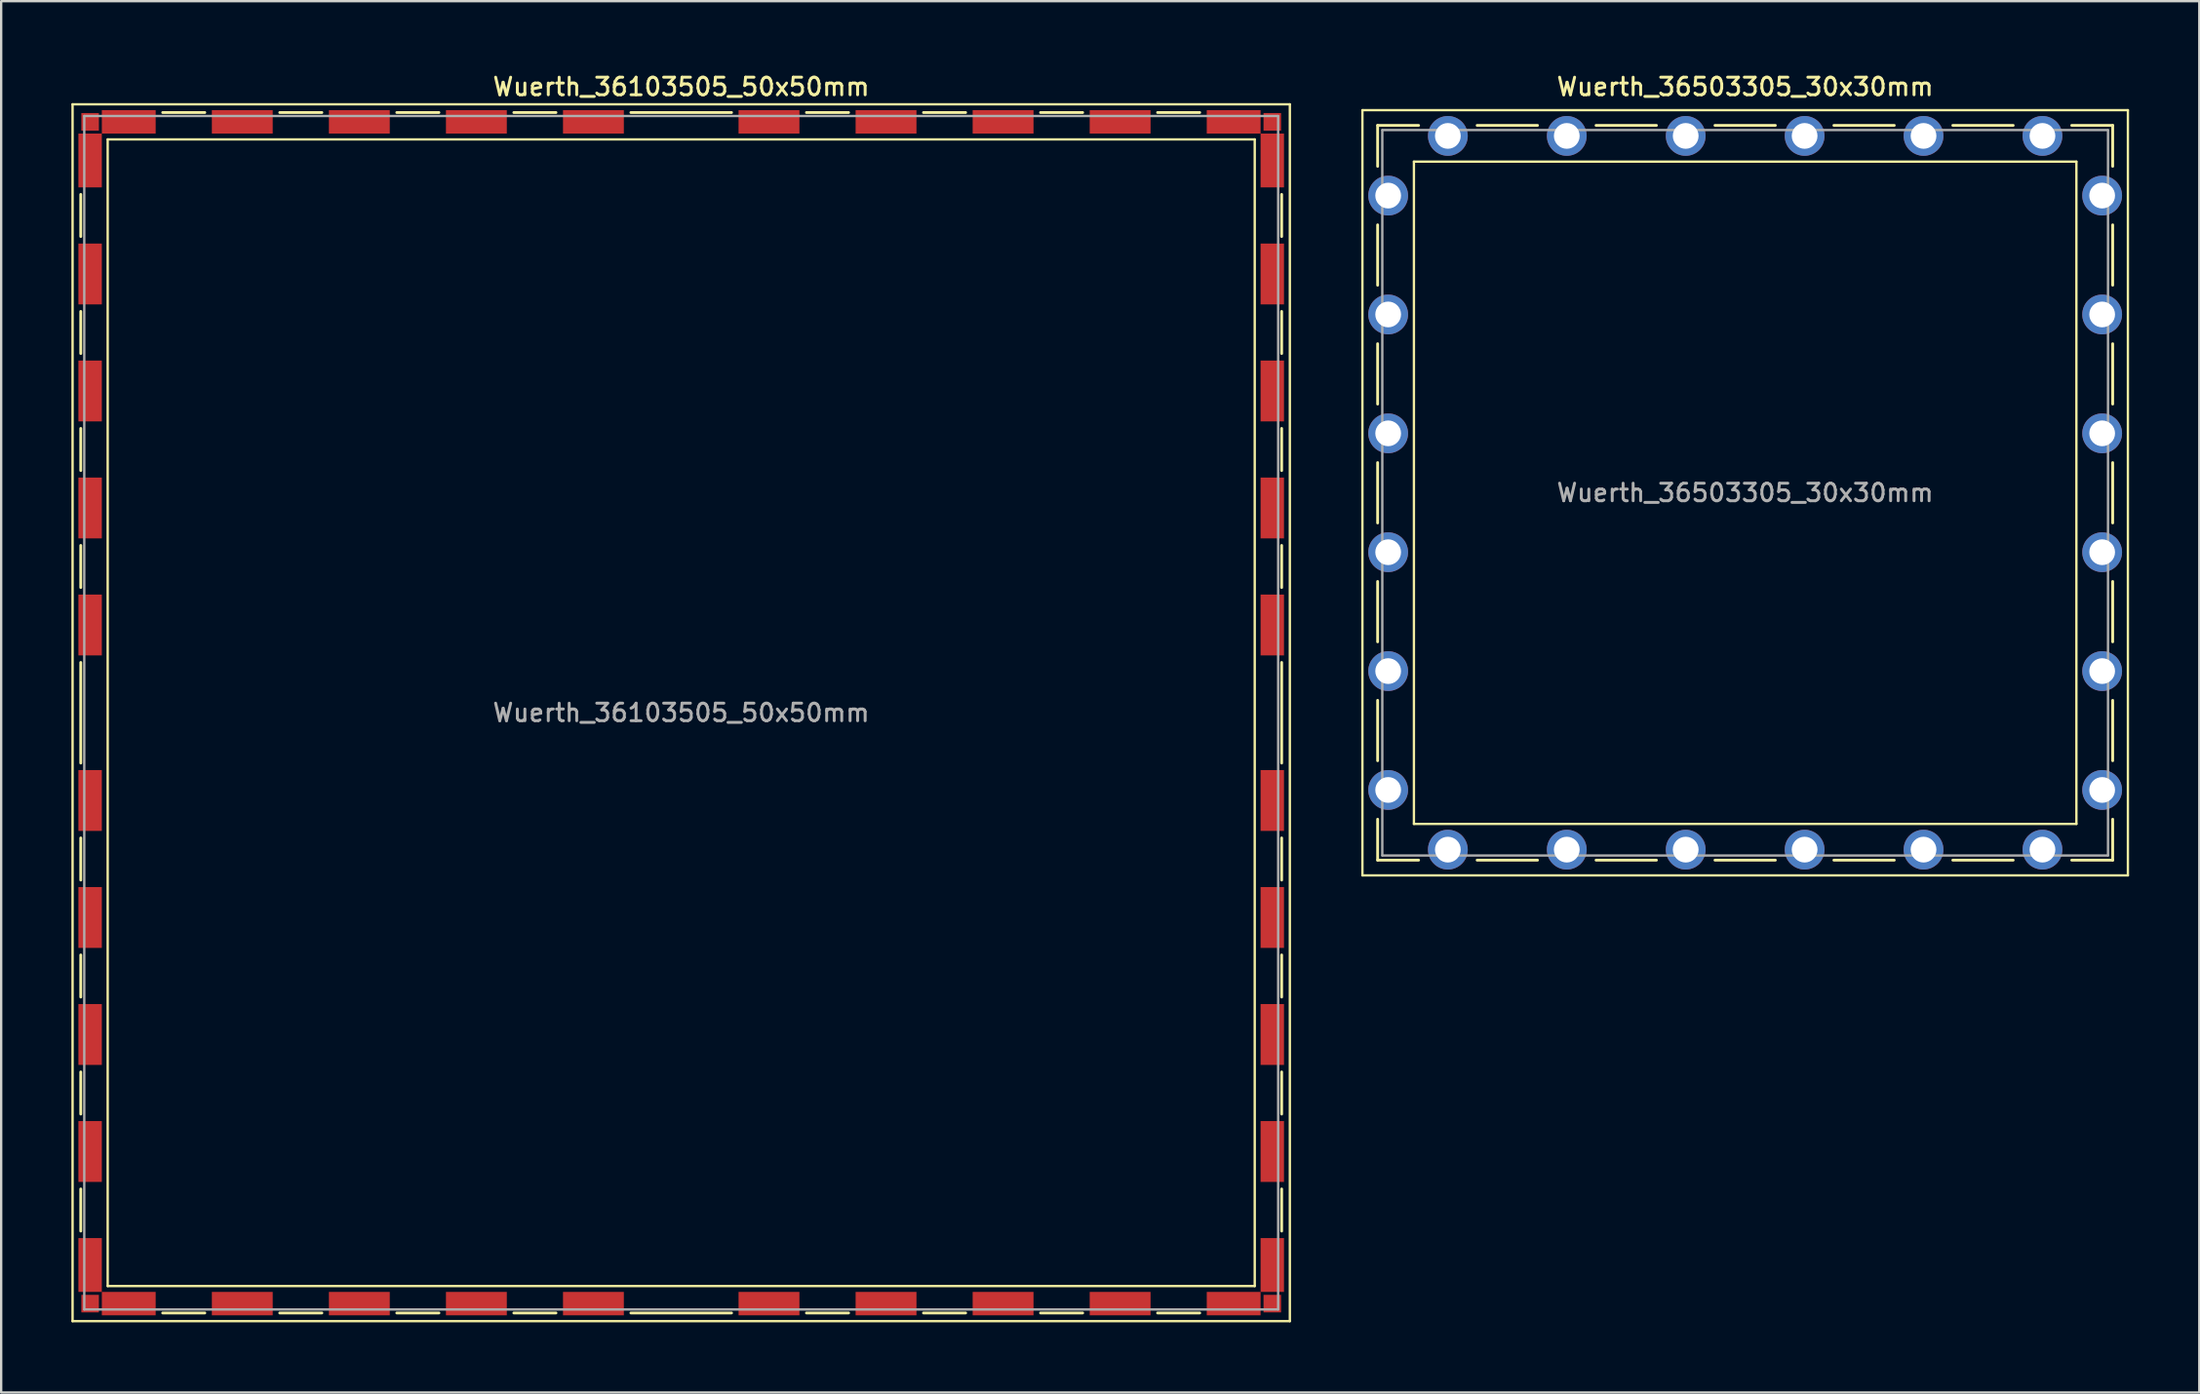
<source format=kicad_pcb>
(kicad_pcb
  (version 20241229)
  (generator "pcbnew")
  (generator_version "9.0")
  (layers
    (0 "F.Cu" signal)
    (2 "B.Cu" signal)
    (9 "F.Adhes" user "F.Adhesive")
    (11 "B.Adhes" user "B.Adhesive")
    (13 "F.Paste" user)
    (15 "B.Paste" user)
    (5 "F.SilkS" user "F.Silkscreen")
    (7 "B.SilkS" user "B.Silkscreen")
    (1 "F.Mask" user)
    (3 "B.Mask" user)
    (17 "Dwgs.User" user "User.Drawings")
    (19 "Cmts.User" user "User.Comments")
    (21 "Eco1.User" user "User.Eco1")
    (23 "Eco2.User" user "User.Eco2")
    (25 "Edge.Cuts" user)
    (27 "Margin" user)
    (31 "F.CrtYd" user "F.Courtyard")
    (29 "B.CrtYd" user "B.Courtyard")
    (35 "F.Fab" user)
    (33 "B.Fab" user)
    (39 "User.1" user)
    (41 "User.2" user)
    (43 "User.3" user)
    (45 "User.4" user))
  (footprint "Wuerth_36503305_30x30mm"
    (layer "F.Cu")
    (at 71.5 18.008)
    (property "Reference" "Wuerth_36503305_30x30mm" (at 0 -17.35 0) (layer "F.SilkS") (effects (font (size 0.75 0.75) (thickness 0.125))))
    (attr through_hole)
    (fp_line (start -16.35 -16.35) (end -16.35 16.35) (stroke (width 0.1) (type solid)) (layer "F.SilkS"))
    (fp_line (start -16.35 16.35) (end 16.35 16.35) (stroke (width 0.1) (type solid)) (layer "F.SilkS"))
    (fp_line (start -15.7 -15.7) (end -13.95 -15.7) (stroke (width 0.12) (type solid)) (layer "F.SilkS"))
    (fp_line (start -15.7 -13.95) (end -15.7 -15.7) (stroke (width 0.12) (type solid)) (layer "F.SilkS"))
    (fp_line (start -15.7 -8.87) (end -15.7 -11.45) (stroke (width 0.12) (type solid)) (layer "F.SilkS"))
    (fp_line (start -15.7 -3.79) (end -15.7 -6.37) (stroke (width 0.12) (type solid)) (layer "F.SilkS"))
    (fp_line (start -15.7 -1.29) (end -15.7 1.29) (stroke (width 0.12) (type solid)) (layer "F.SilkS"))
    (fp_line (start -15.7 3.79) (end -15.7 6.37) (stroke (width 0.12) (type solid)) (layer "F.SilkS"))
    (fp_line (start -15.7 8.87) (end -15.7 11.45) (stroke (width 0.12) (type solid)) (layer "F.SilkS"))
    (fp_line (start -15.7 13.95) (end -15.7 15.7) (stroke (width 0.12) (type solid)) (layer "F.SilkS"))
    (fp_line (start -15.7 15.7) (end -13.95 15.7) (stroke (width 0.12) (type solid)) (layer "F.SilkS"))
    (fp_line (start -14.15 -14.15) (end -14.15 14.15) (stroke (width 0.1) (type solid)) (layer "F.SilkS"))
    (fp_line (start -14.15 14.15) (end 14.15 14.15) (stroke (width 0.1) (type solid)) (layer "F.SilkS"))
    (fp_line (start -8.87 -15.7) (end -11.45 -15.7) (stroke (width 0.12) (type solid)) (layer "F.SilkS"))
    (fp_line (start -8.87 15.7) (end -11.45 15.7) (stroke (width 0.12) (type solid)) (layer "F.SilkS"))
    (fp_line (start -3.79 -15.7) (end -6.37 -15.7) (stroke (width 0.12) (type solid)) (layer "F.SilkS"))
    (fp_line (start -3.79 15.7) (end -6.37 15.7) (stroke (width 0.12) (type solid)) (layer "F.SilkS"))
    (fp_line (start 1.29 -15.7) (end -1.29 -15.7) (stroke (width 0.12) (type solid)) (layer "F.SilkS"))
    (fp_line (start 1.29 15.7) (end -1.29 15.7) (stroke (width 0.12) (type solid)) (layer "F.SilkS"))
    (fp_line (start 3.79 -15.7) (end 6.37 -15.7) (stroke (width 0.12) (type solid)) (layer "F.SilkS"))
    (fp_line (start 3.79 15.7) (end 6.37 15.7) (stroke (width 0.12) (type solid)) (layer "F.SilkS"))
    (fp_line (start 8.87 -15.7) (end 11.45 -15.7) (stroke (width 0.12) (type solid)) (layer "F.SilkS"))
    (fp_line (start 8.87 15.7) (end 11.45 15.7) (stroke (width 0.12) (type solid)) (layer "F.SilkS"))
    (fp_line (start 14.15 -14.15) (end -14.15 -14.15) (stroke (width 0.1) (type solid)) (layer "F.SilkS"))
    (fp_line (start 14.15 14.15) (end 14.15 -14.15) (stroke (width 0.1) (type solid)) (layer "F.SilkS"))
    (fp_line (start 15.7 -15.7) (end 13.95 -15.7) (stroke (width 0.12) (type solid)) (layer "F.SilkS"))
    (fp_line (start 15.7 -13.95) (end 15.7 -15.7) (stroke (width 0.12) (type solid)) (layer "F.SilkS"))
    (fp_line (start 15.7 -8.87) (end 15.7 -11.45) (stroke (width 0.12) (type solid)) (layer "F.SilkS"))
    (fp_line (start 15.7 -3.79) (end 15.7 -6.37) (stroke (width 0.12) (type solid)) (layer "F.SilkS"))
    (fp_line (start 15.7 1.29) (end 15.7 -1.29) (stroke (width 0.12) (type solid)) (layer "F.SilkS"))
    (fp_line (start 15.7 3.79) (end 15.7 6.37) (stroke (width 0.12) (type solid)) (layer "F.SilkS"))
    (fp_line (start 15.7 8.87) (end 15.7 11.45) (stroke (width 0.12) (type solid)) (layer "F.SilkS"))
    (fp_line (start 15.7 13.95) (end 15.7 15.7) (stroke (width 0.12) (type solid)) (layer "F.SilkS"))
    (fp_line (start 15.7 15.7) (end 13.95 15.7) (stroke (width 0.12) (type solid)) (layer "F.SilkS"))
    (fp_line (start 16.35 -16.35) (end -16.35 -16.35) (stroke (width 0.1) (type solid)) (layer "F.SilkS"))
    (fp_line (start 16.35 16.35) (end 16.35 -16.35) (stroke (width 0.1) (type solid)) (layer "F.SilkS"))
    (fp_line (start -15.5 -15.5) (end -15.5 15.5) (stroke (width 0.1) (type solid)) (layer "F.Fab"))
    (fp_line (start -15.5 15.5) (end 15.5 15.5) (stroke (width 0.1) (type solid)) (layer "F.Fab"))
    (fp_line (start 15.5 -15.5) (end -15.5 -15.5) (stroke (width 0.1) (type solid)) (layer "F.Fab"))
    (fp_line (start 15.5 15.5) (end 15.5 -15.5) (stroke (width 0.1) (type solid)) (layer "F.Fab"))
    (fp_text user "${REFERENCE}" (at 0 0 0) (layer "F.Fab") (effects (font (size 0.75 0.75) (thickness 0.125))))
    (pad "1" thru_hole circle (at -15.25 -12.7) (size 1.7 1.7) (drill 1.1) (layers "*.Cu" "*.Mask"))
    (pad "1" thru_hole circle (at -15.25 -7.62) (size 1.7 1.7) (drill 1.1) (layers "*.Cu" "*.Mask"))
    (pad "1" thru_hole circle (at -15.25 -2.54) (size 1.7 1.7) (drill 1.1) (layers "*.Cu" "*.Mask"))
    (pad "1" thru_hole circle (at -15.25 2.54) (size 1.7 1.7) (drill 1.1) (layers "*.Cu" "*.Mask"))
    (pad "1" thru_hole circle (at -15.25 7.62) (size 1.7 1.7) (drill 1.1) (layers "*.Cu" "*.Mask"))
    (pad "1" thru_hole circle (at -15.25 12.7) (size 1.7 1.7) (drill 1.1) (layers "*.Cu" "*.Mask"))
    (pad "1" thru_hole circle (at -12.7 -15.25) (size 1.7 1.7) (drill 1.1) (layers "*.Cu" "*.Mask"))
    (pad "1" thru_hole circle (at -12.7 15.25) (size 1.7 1.7) (drill 1.1) (layers "*.Cu" "*.Mask"))
    (pad "1" thru_hole circle (at -7.62 -15.25) (size 1.7 1.7) (drill 1.1) (layers "*.Cu" "*.Mask"))
    (pad "1" thru_hole circle (at -7.62 15.25) (size 1.7 1.7) (drill 1.1) (layers "*.Cu" "*.Mask"))
    (pad "1" thru_hole circle (at -2.54 -15.25) (size 1.7 1.7) (drill 1.1) (layers "*.Cu" "*.Mask"))
    (pad "1" thru_hole circle (at -2.54 15.25) (size 1.7 1.7) (drill 1.1) (layers "*.Cu" "*.Mask"))
    (pad "1" thru_hole circle (at 2.54 -15.25) (size 1.7 1.7) (drill 1.1) (layers "*.Cu" "*.Mask"))
    (pad "1" thru_hole circle (at 2.54 15.25) (size 1.7 1.7) (drill 1.1) (layers "*.Cu" "*.Mask"))
    (pad "1" thru_hole circle (at 7.62 -15.25) (size 1.7 1.7) (drill 1.1) (layers "*.Cu" "*.Mask"))
    (pad "1" thru_hole circle (at 7.62 15.25) (size 1.7 1.7) (drill 1.1) (layers "*.Cu" "*.Mask"))
    (pad "1" thru_hole circle (at 12.7 -15.25) (size 1.7 1.7) (drill 1.1) (layers "*.Cu" "*.Mask"))
    (pad "1" thru_hole circle (at 12.7 15.25) (size 1.7 1.7) (drill 1.1) (layers "*.Cu" "*.Mask"))
    (pad "1" thru_hole circle (at 15.25 -12.7) (size 1.7 1.7) (drill 1.1) (layers "*.Cu" "*.Mask"))
    (pad "1" thru_hole circle (at 15.25 -7.62) (size 1.7 1.7) (drill 1.1) (layers "*.Cu" "*.Mask"))
    (pad "1" thru_hole circle (at 15.25 -2.54) (size 1.7 1.7) (drill 1.1) (layers "*.Cu" "*.Mask"))
    (pad "1" thru_hole circle (at 15.25 2.54) (size 1.7 1.7) (drill 1.1) (layers "*.Cu" "*.Mask"))
    (pad "1" thru_hole circle (at 15.25 7.62) (size 1.7 1.7) (drill 1.1) (layers "*.Cu" "*.Mask"))
    (pad "1" thru_hole circle (at 15.25 12.7) (size 1.7 1.7) (drill 1.1) (layers "*.Cu" "*.Mask")))
  (footprint "Wuerth_36103505_50x50mm"
    (layer "F.Cu")
    (at 26.05 27.408)
    (property "Reference" "Wuerth_36103505_50x50mm" (at 0 -26.75 0) (layer "F.SilkS") (effects (font (size 0.75 0.75) (thickness 0.125))))
    (attr smd)
    (fp_line (start -26 -26) (end -26 26) (stroke (width 0.1) (type solid)) (layer "F.SilkS"))
    (fp_line (start -26 26) (end 26 26) (stroke (width 0.1) (type solid)) (layer "F.SilkS"))
    (fp_line (start -25.65 -22.15) (end -25.65 -20.35) (stroke (width 0.12) (type solid)) (layer "F.SilkS"))
    (fp_line (start -25.65 -17.15) (end -25.65 -15.35) (stroke (width 0.12) (type solid)) (layer "F.SilkS"))
    (fp_line (start -25.65 -12.15) (end -25.65 -10.35) (stroke (width 0.12) (type solid)) (layer "F.SilkS"))
    (fp_line (start -25.65 -7.15) (end -25.65 -5.35) (stroke (width 0.12) (type solid)) (layer "F.SilkS"))
    (fp_line (start -25.65 -2.15) (end -25.65 2.15) (stroke (width 0.12) (type solid)) (layer "F.SilkS"))
    (fp_line (start -25.65 5.35) (end -25.65 7.15) (stroke (width 0.12) (type solid)) (layer "F.SilkS"))
    (fp_line (start -25.65 10.35) (end -25.65 12.15) (stroke (width 0.12) (type solid)) (layer "F.SilkS"))
    (fp_line (start -25.65 15.35) (end -25.65 17.15) (stroke (width 0.12) (type solid)) (layer "F.SilkS"))
    (fp_line (start -25.65 20.35) (end -25.65 22.15) (stroke (width 0.12) (type solid)) (layer "F.SilkS"))
    (fp_line (start -24.5 -24.5) (end -24.5 24.5) (stroke (width 0.1) (type solid)) (layer "F.SilkS"))
    (fp_line (start -24.5 24.5) (end 24.5 24.5) (stroke (width 0.1) (type solid)) (layer "F.SilkS"))
    (fp_line (start -22.15 -25.65) (end -20.35 -25.65) (stroke (width 0.12) (type solid)) (layer "F.SilkS"))
    (fp_line (start -22.15 25.65) (end -20.35 25.65) (stroke (width 0.12) (type solid)) (layer "F.SilkS"))
    (fp_line (start -17.15 -25.65) (end -15.35 -25.65) (stroke (width 0.12) (type solid)) (layer "F.SilkS"))
    (fp_line (start -17.15 25.65) (end -15.35 25.65) (stroke (width 0.12) (type solid)) (layer "F.SilkS"))
    (fp_line (start -12.15 -25.65) (end -10.35 -25.65) (stroke (width 0.12) (type solid)) (layer "F.SilkS"))
    (fp_line (start -12.15 25.65) (end -10.35 25.65) (stroke (width 0.12) (type solid)) (layer "F.SilkS"))
    (fp_line (start -7.15 -25.65) (end -5.35 -25.65) (stroke (width 0.12) (type solid)) (layer "F.SilkS"))
    (fp_line (start -7.15 25.65) (end -5.35 25.65) (stroke (width 0.12) (type solid)) (layer "F.SilkS"))
    (fp_line (start -2.15 -25.65) (end 2.15 -25.65) (stroke (width 0.12) (type solid)) (layer "F.SilkS"))
    (fp_line (start -2.15 25.65) (end 2.15 25.65) (stroke (width 0.12) (type solid)) (layer "F.SilkS"))
    (fp_line (start 5.35 -25.65) (end 7.15 -25.65) (stroke (width 0.12) (type solid)) (layer "F.SilkS"))
    (fp_line (start 5.35 25.65) (end 7.15 25.65) (stroke (width 0.12) (type solid)) (layer "F.SilkS"))
    (fp_line (start 10.35 -25.65) (end 12.15 -25.65) (stroke (width 0.12) (type solid)) (layer "F.SilkS"))
    (fp_line (start 10.35 25.65) (end 12.15 25.65) (stroke (width 0.12) (type solid)) (layer "F.SilkS"))
    (fp_line (start 15.35 -25.65) (end 17.15 -25.65) (stroke (width 0.12) (type solid)) (layer "F.SilkS"))
    (fp_line (start 15.35 25.65) (end 17.15 25.65) (stroke (width 0.12) (type solid)) (layer "F.SilkS"))
    (fp_line (start 20.35 -25.65) (end 22.15 -25.65) (stroke (width 0.12) (type solid)) (layer "F.SilkS"))
    (fp_line (start 20.35 25.65) (end 22.15 25.65) (stroke (width 0.12) (type solid)) (layer "F.SilkS"))
    (fp_line (start 24.5 -24.5) (end -24.5 -24.5) (stroke (width 0.1) (type solid)) (layer "F.SilkS"))
    (fp_line (start 24.5 24.5) (end 24.5 -24.5) (stroke (width 0.1) (type solid)) (layer "F.SilkS"))
    (fp_line (start 25.65 -22.15) (end 25.65 -20.35) (stroke (width 0.12) (type solid)) (layer "F.SilkS"))
    (fp_line (start 25.65 -17.15) (end 25.65 -15.35) (stroke (width 0.12) (type solid)) (layer "F.SilkS"))
    (fp_line (start 25.65 -12.15) (end 25.65 -10.35) (stroke (width 0.12) (type solid)) (layer "F.SilkS"))
    (fp_line (start 25.65 -7.15) (end 25.65 -5.35) (stroke (width 0.12) (type solid)) (layer "F.SilkS"))
    (fp_line (start 25.65 -2.15) (end 25.65 2.15) (stroke (width 0.12) (type solid)) (layer "F.SilkS"))
    (fp_line (start 25.65 5.35) (end 25.65 7.15) (stroke (width 0.12) (type solid)) (layer "F.SilkS"))
    (fp_line (start 25.65 10.35) (end 25.65 12.15) (stroke (width 0.12) (type solid)) (layer "F.SilkS"))
    (fp_line (start 25.65 15.35) (end 25.65 17.15) (stroke (width 0.12) (type solid)) (layer "F.SilkS"))
    (fp_line (start 25.65 20.35) (end 25.65 22.15) (stroke (width 0.12) (type solid)) (layer "F.SilkS"))
    (fp_line (start 26 -26) (end -26 -26) (stroke (width 0.1) (type solid)) (layer "F.SilkS"))
    (fp_line (start 26 26) (end 26 -26) (stroke (width 0.1) (type solid)) (layer "F.SilkS"))
    (fp_line (start -25.5 -25.5) (end -25.5 25.5) (stroke (width 0.1) (type solid)) (layer "F.Fab"))
    (fp_line (start -25.5 25.5) (end 25.5 25.5) (stroke (width 0.1) (type solid)) (layer "F.Fab"))
    (fp_line (start 25.5 -25.5) (end -25.5 -25.5) (stroke (width 0.1) (type solid)) (layer "F.Fab"))
    (fp_line (start 25.5 25.5) (end 25.5 -25.5) (stroke (width 0.1) (type solid)) (layer "F.Fab"))
    (fp_text user "${REFERENCE}" (at 0 0 0) (layer "F.Fab") (effects (font (size 0.75 0.75) (thickness 0.125))))
    (pad "1" smd rect (at -25.25 -25.25) (size 0.75 0.75) (layers "F.Cu" "F.Mask" "F.Paste"))
    (pad "1" smd rect (at -25.25 -23.6) (size 1 2.3) (layers "F.Cu" "F.Mask" "F.Paste"))
    (pad "1" smd rect (at -25.25 -18.75) (size 1 2.6) (layers "F.Cu" "F.Mask" "F.Paste"))
    (pad "1" smd rect (at -25.25 -13.75) (size 1 2.6) (layers "F.Cu" "F.Mask" "F.Paste"))
    (pad "1" smd rect (at -25.25 -8.75) (size 1 2.6) (layers "F.Cu" "F.Mask" "F.Paste"))
    (pad "1" smd rect (at -25.25 -3.75) (size 1 2.6) (layers "F.Cu" "F.Mask" "F.Paste"))
    (pad "1" smd rect (at -25.25 3.75) (size 1 2.6) (layers "F.Cu" "F.Mask" "F.Paste"))
    (pad "1" smd rect (at -25.25 8.75) (size 1 2.6) (layers "F.Cu" "F.Mask" "F.Paste"))
    (pad "1" smd rect (at -25.25 13.75) (size 1 2.6) (layers "F.Cu" "F.Mask" "F.Paste"))
    (pad "1" smd rect (at -25.25 18.75) (size 1 2.6) (layers "F.Cu" "F.Mask" "F.Paste"))
    (pad "1" smd rect (at -25.25 23.6) (size 1 2.3) (layers "F.Cu" "F.Mask" "F.Paste"))
    (pad "1" smd rect (at -25.25 25.25) (size 0.75 0.75) (layers "F.Cu" "F.Mask" "F.Paste"))
    (pad "1" smd rect (at -23.6 -25.25) (size 2.3 1) (layers "F.Cu" "F.Mask" "F.Paste"))
    (pad "1" smd rect (at -23.6 25.25) (size 2.3 1) (layers "F.Cu" "F.Mask" "F.Paste"))
    (pad "1" smd rect (at -18.75 -25.25) (size 2.6 1) (layers "F.Cu" "F.Mask" "F.Paste"))
    (pad "1" smd rect (at -18.75 25.25) (size 2.6 1) (layers "F.Cu" "F.Mask" "F.Paste"))
    (pad "1" smd rect (at -13.75 -25.25) (size 2.6 1) (layers "F.Cu" "F.Mask" "F.Paste"))
    (pad "1" smd rect (at -13.75 25.25) (size 2.6 1) (layers "F.Cu" "F.Mask" "F.Paste"))
    (pad "1" smd rect (at -8.75 -25.25) (size 2.6 1) (layers "F.Cu" "F.Mask" "F.Paste"))
    (pad "1" smd rect (at -8.75 25.25) (size 2.6 1) (layers "F.Cu" "F.Mask" "F.Paste"))
    (pad "1" smd rect (at -3.75 -25.25) (size 2.6 1) (layers "F.Cu" "F.Mask" "F.Paste"))
    (pad "1" smd rect (at -3.75 25.25) (size 2.6 1) (layers "F.Cu" "F.Mask" "F.Paste"))
    (pad "1" smd rect (at 3.75 -25.25) (size 2.6 1) (layers "F.Cu" "F.Mask" "F.Paste"))
    (pad "1" smd rect (at 3.75 25.25) (size 2.6 1) (layers "F.Cu" "F.Mask" "F.Paste"))
    (pad "1" smd rect (at 8.75 -25.25) (size 2.6 1) (layers "F.Cu" "F.Mask" "F.Paste"))
    (pad "1" smd rect (at 8.75 25.25) (size 2.6 1) (layers "F.Cu" "F.Mask" "F.Paste"))
    (pad "1" smd rect (at 13.75 -25.25) (size 2.6 1) (layers "F.Cu" "F.Mask" "F.Paste"))
    (pad "1" smd rect (at 13.75 25.25) (size 2.6 1) (layers "F.Cu" "F.Mask" "F.Paste"))
    (pad "1" smd rect (at 18.75 -25.25) (size 2.6 1) (layers "F.Cu" "F.Mask" "F.Paste"))
    (pad "1" smd rect (at 18.75 25.25) (size 2.6 1) (layers "F.Cu" "F.Mask" "F.Paste"))
    (pad "1" smd rect (at 23.6 -25.25) (size 2.3 1) (layers "F.Cu" "F.Mask" "F.Paste"))
    (pad "1" smd rect (at 23.6 25.25) (size 2.3 1) (layers "F.Cu" "F.Mask" "F.Paste"))
    (pad "1" smd rect (at 25.25 -25.25) (size 0.75 0.75) (layers "F.Cu" "F.Mask" "F.Paste"))
    (pad "1" smd rect (at 25.25 -23.6) (size 1 2.3) (layers "F.Cu" "F.Mask" "F.Paste"))
    (pad "1" smd rect (at 25.25 -18.75) (size 1 2.6) (layers "F.Cu" "F.Mask" "F.Paste"))
    (pad "1" smd rect (at 25.25 -13.75) (size 1 2.6) (layers "F.Cu" "F.Mask" "F.Paste"))
    (pad "1" smd rect (at 25.25 -8.75) (size 1 2.6) (layers "F.Cu" "F.Mask" "F.Paste"))
    (pad "1" smd rect (at 25.25 -3.75) (size 1 2.6) (layers "F.Cu" "F.Mask" "F.Paste"))
    (pad "1" smd rect (at 25.25 3.75) (size 1 2.6) (layers "F.Cu" "F.Mask" "F.Paste"))
    (pad "1" smd rect (at 25.25 8.75) (size 1 2.6) (layers "F.Cu" "F.Mask" "F.Paste"))
    (pad "1" smd rect (at 25.25 13.75) (size 1 2.6) (layers "F.Cu" "F.Mask" "F.Paste"))
    (pad "1" smd rect (at 25.25 18.75) (size 1 2.6) (layers "F.Cu" "F.Mask" "F.Paste"))
    (pad "1" smd rect (at 25.25 23.6) (size 1 2.3) (layers "F.Cu" "F.Mask" "F.Paste"))
    (pad "1" smd rect (at 25.25 25.25) (size 0.75 0.75) (layers "F.Cu" "F.Mask" "F.Paste")))
  (gr_rect
    (start -3 -3)
    (end 90.9 56.458)
    (stroke (width 0.1) (type default))
    (fill no)
    (layer "Edge.Cuts")))
</source>
